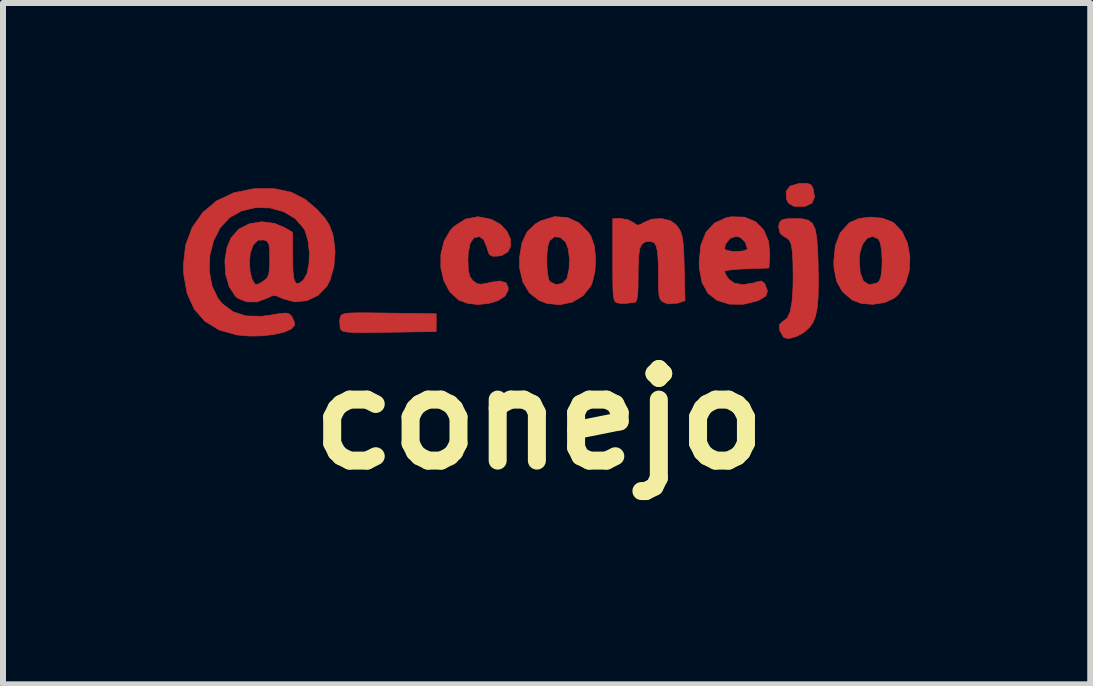
<source format=kicad_pcb>
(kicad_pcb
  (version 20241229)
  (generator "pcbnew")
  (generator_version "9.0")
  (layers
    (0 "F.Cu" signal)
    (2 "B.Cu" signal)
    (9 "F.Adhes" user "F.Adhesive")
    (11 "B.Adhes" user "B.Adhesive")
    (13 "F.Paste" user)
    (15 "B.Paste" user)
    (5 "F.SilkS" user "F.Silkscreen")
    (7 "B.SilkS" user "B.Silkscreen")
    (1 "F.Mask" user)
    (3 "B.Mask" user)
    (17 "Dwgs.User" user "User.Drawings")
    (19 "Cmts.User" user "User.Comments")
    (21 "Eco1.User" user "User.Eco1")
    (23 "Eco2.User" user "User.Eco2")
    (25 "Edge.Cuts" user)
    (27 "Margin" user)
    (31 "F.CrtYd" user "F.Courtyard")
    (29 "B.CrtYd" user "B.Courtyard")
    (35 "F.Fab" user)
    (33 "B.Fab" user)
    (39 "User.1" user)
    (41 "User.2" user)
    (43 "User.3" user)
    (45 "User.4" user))
  (footprint "conejo"
    (layer "F.Cu")
    (at 5.932 3.935)
    (property "Reference" "conejo" (at 0 0 0) (layer "F.SilkS") (effects (font (size 1.524 1.524) (thickness 0.3))))
    (attr through_hole)
    (fp_poly (pts (xy 4.533 -3.904) (xy 4.565 -3.848) (xy 4.591 -3.702) (xy 4.546 -3.6) (xy 4.435 -3.547) (xy 4.262 -3.546) (xy 4.244 -3.548) (xy 4.155 -3.6) (xy 4.121 -3.671) (xy 4.117 -3.8) (xy 4.182 -3.884) (xy 4.32 -3.925) (xy 4.355 -3.929) (xy 4.471 -3.93) (xy 4.533 -3.904)) (stroke (width 0.01) (type solid)) (fill yes) (layer "F.Cu"))
    (fp_poly (pts (xy -2.826 -1.772) (xy -2.566 -1.769) (xy -2.503 -1.768) (xy -1.714 -1.757) (xy -1.714 -1.46) (xy -2.503 -1.449) (xy -2.78 -1.445) (xy -2.983 -1.444) (xy -3.125 -1.447) (xy -3.217 -1.455) (xy -3.271 -1.468) (xy -3.299 -1.488) (xy -3.312 -1.516) (xy -3.314 -1.523) (xy -3.322 -1.638) (xy -3.314 -1.694) (xy -3.303 -1.724) (xy -3.279 -1.746) (xy -3.231 -1.761) (xy -3.147 -1.769) (xy -3.016 -1.773) (xy -2.826 -1.772)) (stroke (width 0.01) (type solid)) (fill yes) (layer "F.Cu"))
    (fp_poly (pts (xy 4.387 -3.339) (xy 4.487 -3.315) (xy 4.556 -3.261) (xy 4.601 -3.165) (xy 4.628 -3.017) (xy 4.643 -2.804) (xy 4.65 -2.59) (xy 4.654 -2.277) (xy 4.65 -2.036) (xy 4.634 -1.853) (xy 4.606 -1.716) (xy 4.564 -1.612) (xy 4.509 -1.532) (xy 4.408 -1.443) (xy 4.287 -1.378) (xy 4.172 -1.345) (xy 4.087 -1.356) (xy 4.071 -1.37) (xy 4.009 -1.481) (xy 4.004 -1.574) (xy 4.058 -1.628) (xy 4.059 -1.628) (xy 4.131 -1.68) (xy 4.183 -1.787) (xy 4.215 -1.958) (xy 4.231 -2.2) (xy 4.233 -2.366) (xy 4.23 -2.615) (xy 4.22 -2.791) (xy 4.202 -2.909) (xy 4.171 -2.981) (xy 4.127 -3.019) (xy 4.106 -3.027) (xy 4.019 -3.093) (xy 3.991 -3.203) (xy 4.002 -3.266) (xy 4.034 -3.313) (xy 4.105 -3.337) (xy 4.237 -3.344) (xy 4.251 -3.344) (xy 4.387 -3.339)) (stroke (width 0.01) (type solid)) (fill yes) (layer "F.Cu"))
    (fp_poly (pts (xy 0.473 -3.361) (xy 0.667 -3.27) (xy 0.827 -3.106) (xy 0.863 -3.052) (xy 0.92 -2.891) (xy 0.943 -2.686) (xy 0.932 -2.47) (xy 0.887 -2.278) (xy 0.86 -2.218) (xy 0.733 -2.057) (xy 0.556 -1.952) (xy 0.349 -1.907) (xy 0.133 -1.929) (xy 0 -1.979) (xy -0.161 -2.105) (xy -0.271 -2.29) (xy -0.325 -2.522) (xy -0.325 -2.577) (xy 0.129 -2.577) (xy 0.139 -2.432) (xy 0.161 -2.326) (xy 0.178 -2.294) (xy 0.278 -2.244) (xy 0.383 -2.26) (xy 0.46 -2.337) (xy 0.467 -2.352) (xy 0.5 -2.499) (xy 0.506 -2.671) (xy 0.487 -2.833) (xy 0.445 -2.949) (xy 0.442 -2.954) (xy 0.352 -3.031) (xy 0.256 -3.04) (xy 0.177 -2.977) (xy 0.171 -2.966) (xy 0.144 -2.873) (xy 0.13 -2.734) (xy 0.129 -2.577) (xy -0.325 -2.577) (xy -0.326 -2.694) (xy -0.285 -2.939) (xy -0.199 -3.122) (xy -0.059 -3.256) (xy 0.034 -3.308) (xy 0.257 -3.375) (xy 0.473 -3.361)) (stroke (width 0.01) (type solid)) (fill yes) (layer "F.Cu"))
    (fp_poly (pts (xy 5.717 -3.35) (xy 5.884 -3.288) (xy 5.912 -3.27) (xy 6.051 -3.123) (xy 6.14 -2.928) (xy 6.179 -2.706) (xy 6.168 -2.478) (xy 6.107 -2.266) (xy 5.996 -2.089) (xy 5.918 -2.017) (xy 5.758 -1.944) (xy 5.563 -1.914) (xy 5.368 -1.929) (xy 5.217 -1.987) (xy 5.057 -2.123) (xy 4.958 -2.296) (xy 4.914 -2.521) (xy 4.911 -2.625) (xy 4.912 -2.638) (xy 5.335 -2.638) (xy 5.352 -2.435) (xy 5.404 -2.303) (xy 5.49 -2.246) (xy 5.515 -2.244) (xy 5.615 -2.264) (xy 5.664 -2.294) (xy 5.695 -2.369) (xy 5.712 -2.497) (xy 5.716 -2.653) (xy 5.708 -2.807) (xy 5.687 -2.934) (xy 5.654 -3.004) (xy 5.654 -3.004) (xy 5.555 -3.046) (xy 5.465 -3.014) (xy 5.392 -2.918) (xy 5.346 -2.771) (xy 5.335 -2.638) (xy 4.912 -2.638) (xy 4.937 -2.894) (xy 5.017 -3.103) (xy 5.156 -3.26) (xy 5.177 -3.277) (xy 5.33 -3.344) (xy 5.521 -3.368) (xy 5.717 -3.35)) (stroke (width 0.01) (type solid)) (fill yes) (layer "F.Cu"))
    (fp_poly (pts (xy -0.795 -3.33) (xy -0.787 -3.327) (xy -0.639 -3.243) (xy -0.536 -3.131) (xy -0.479 -3.008) (xy -0.472 -2.889) (xy -0.518 -2.79) (xy -0.619 -2.729) (xy -0.681 -2.718) (xy -0.78 -2.716) (xy -0.831 -2.748) (xy -0.863 -2.837) (xy -0.87 -2.866) (xy -0.924 -2.994) (xy -0.992 -3.042) (xy -1.087 -3.023) (xy -1.15 -2.927) (xy -1.182 -2.754) (xy -1.185 -2.644) (xy -1.179 -2.485) (xy -1.156 -2.384) (xy -1.11 -2.316) (xy -1.099 -2.305) (xy -1.036 -2.26) (xy -0.967 -2.248) (xy -0.859 -2.268) (xy -0.819 -2.279) (xy -0.654 -2.304) (xy -0.552 -2.274) (xy -0.514 -2.191) (xy -0.517 -2.146) (xy -0.57 -2.05) (xy -0.686 -1.976) (xy -0.841 -1.929) (xy -1.016 -1.911) (xy -1.188 -1.929) (xy -1.337 -1.985) (xy -1.342 -1.988) (xy -1.489 -2.124) (xy -1.587 -2.31) (xy -1.637 -2.526) (xy -1.636 -2.751) (xy -1.583 -2.966) (xy -1.478 -3.149) (xy -1.415 -3.214) (xy -1.223 -3.336) (xy -1.017 -3.374) (xy -0.795 -3.33)) (stroke (width 0.01) (type solid)) (fill yes) (layer "F.Cu"))
    (fp_poly (pts (xy 3.424 -3.367) (xy 3.609 -3.29) (xy 3.745 -3.151) (xy 3.826 -2.959) (xy 3.843 -2.752) (xy 3.831 -2.519) (xy 3.461 -2.507) (xy 3.296 -2.498) (xy 3.168 -2.485) (xy 3.098 -2.47) (xy 3.09 -2.463) (xy 3.112 -2.408) (xy 3.156 -2.338) (xy 3.255 -2.266) (xy 3.402 -2.242) (xy 3.574 -2.27) (xy 3.616 -2.285) (xy 3.703 -2.304) (xy 3.754 -2.267) (xy 3.767 -2.245) (xy 3.806 -2.134) (xy 3.777 -2.053) (xy 3.673 -1.987) (xy 3.64 -1.973) (xy 3.407 -1.915) (xy 3.172 -1.917) (xy 2.967 -1.979) (xy 2.967 -1.979) (xy 2.814 -2.099) (xy 2.716 -2.275) (xy 2.671 -2.514) (xy 2.667 -2.624) (xy 2.69 -2.839) (xy 3.09 -2.839) (xy 3.128 -2.812) (xy 3.226 -2.796) (xy 3.281 -2.794) (xy 3.396 -2.803) (xy 3.463 -2.826) (xy 3.471 -2.839) (xy 3.437 -2.95) (xy 3.354 -3.029) (xy 3.281 -3.048) (xy 3.18 -3.011) (xy 3.108 -2.919) (xy 3.09 -2.839) (xy 2.69 -2.839) (xy 2.696 -2.9) (xy 2.781 -3.115) (xy 2.922 -3.268) (xy 3.117 -3.357) (xy 3.201 -3.373) (xy 3.424 -3.367)) (stroke (width 0.01) (type solid)) (fill yes) (layer "F.Cu"))
    (fp_poly (pts (xy 1.482 -3.323) (xy 1.571 -3.277) (xy 1.633 -3.233) (xy 1.69 -3.243) (xy 1.742 -3.277) (xy 1.881 -3.334) (xy 2.042 -3.343) (xy 2.19 -3.307) (xy 2.274 -3.249) (xy 2.325 -3.186) (xy 2.362 -3.119) (xy 2.387 -3.031) (xy 2.403 -2.907) (xy 2.413 -2.73) (xy 2.42 -2.485) (xy 2.42 -2.48) (xy 2.432 -1.975) (xy 2.313 -1.935) (xy 2.156 -1.921) (xy 2.091 -1.942) (xy 2.044 -1.968) (xy 2.014 -2.008) (xy 1.997 -2.078) (xy 1.991 -2.197) (xy 1.989 -2.38) (xy 1.986 -2.617) (xy 1.975 -2.781) (xy 1.953 -2.886) (xy 1.917 -2.942) (xy 1.865 -2.962) (xy 1.845 -2.963) (xy 1.765 -2.953) (xy 1.711 -2.915) (xy 1.676 -2.835) (xy 1.658 -2.7) (xy 1.651 -2.499) (xy 1.651 -2.405) (xy 1.649 -2.196) (xy 1.641 -2.059) (xy 1.627 -1.982) (xy 1.604 -1.95) (xy 1.591 -1.947) (xy 1.494 -1.937) (xy 1.475 -1.932) (xy 1.389 -1.927) (xy 1.323 -1.935) (xy 1.288 -1.944) (xy 1.262 -1.965) (xy 1.246 -2.008) (xy 1.235 -2.088) (xy 1.23 -2.216) (xy 1.228 -2.405) (xy 1.228 -2.649) (xy 1.228 -3.344) (xy 1.362 -3.344) (xy 1.482 -3.323)) (stroke (width 0.01) (type solid)) (fill yes) (layer "F.Cu"))
    (fp_poly (pts (xy -4.399 -3.84) (xy -4.13 -3.782) (xy -3.897 -3.664) (xy -3.698 -3.494) (xy -3.571 -3.353) (xy -3.492 -3.231) (xy -3.442 -3.096) (xy -3.425 -3.027) (xy -3.399 -2.788) (xy -3.419 -2.541) (xy -3.481 -2.321) (xy -3.536 -2.215) (xy -3.682 -2.064) (xy -3.867 -1.976) (xy -4.072 -1.955) (xy -4.272 -2.009) (xy -4.285 -2.016) (xy -4.382 -2.058) (xy -4.453 -2.056) (xy -4.533 -2.016) (xy -4.702 -1.954) (xy -4.875 -1.956) (xy -5.023 -2.018) (xy -5.058 -2.048) (xy -5.163 -2.208) (xy -5.223 -2.415) (xy -5.234 -2.617) (xy -4.826 -2.617) (xy -4.814 -2.454) (xy -4.78 -2.326) (xy -4.733 -2.253) (xy -4.707 -2.244) (xy -4.652 -2.266) (xy -4.581 -2.31) (xy -4.531 -2.356) (xy -4.502 -2.422) (xy -4.49 -2.53) (xy -4.487 -2.667) (xy -4.49 -2.822) (xy -4.502 -2.914) (xy -4.529 -2.962) (xy -4.577 -2.986) (xy -4.58 -2.987) (xy -4.682 -2.983) (xy -4.762 -2.906) (xy -4.812 -2.768) (xy -4.826 -2.617) (xy -5.234 -2.617) (xy -5.235 -2.643) (xy -5.198 -2.866) (xy -5.131 -3.023) (xy -5.003 -3.167) (xy -4.826 -3.257) (xy -4.62 -3.29) (xy -4.406 -3.263) (xy -4.232 -3.189) (xy -4.106 -3.114) (xy -4.106 -2.703) (xy -4.102 -2.482) (xy -4.085 -2.339) (xy -4.054 -2.268) (xy -4.005 -2.261) (xy -3.935 -2.312) (xy -3.924 -2.323) (xy -3.865 -2.43) (xy -3.833 -2.591) (xy -3.827 -2.779) (xy -3.848 -2.967) (xy -3.895 -3.129) (xy -3.917 -3.174) (xy -4.062 -3.342) (xy -4.258 -3.459) (xy -4.485 -3.521) (xy -4.724 -3.526) (xy -4.958 -3.47) (xy -5.154 -3.361) (xy -5.313 -3.19) (xy -5.424 -2.972) (xy -5.486 -2.726) (xy -5.495 -2.472) (xy -5.452 -2.229) (xy -5.353 -2.017) (xy -5.275 -1.922) (xy -5.095 -1.789) (xy -4.882 -1.721) (xy -4.625 -1.715) (xy -4.469 -1.736) (xy -4.314 -1.762) (xy -4.219 -1.769) (xy -4.164 -1.755) (xy -4.126 -1.72) (xy -4.119 -1.71) (xy -4.078 -1.621) (xy -4.074 -1.567) (xy -4.126 -1.505) (xy -4.244 -1.453) (xy -4.411 -1.413) (xy -4.609 -1.39) (xy -4.819 -1.385) (xy -5.024 -1.403) (xy -5.035 -1.404) (xy -5.33 -1.487) (xy -5.567 -1.631) (xy -5.746 -1.835) (xy -5.864 -2.098) (xy -5.921 -2.417) (xy -5.927 -2.566) (xy -5.889 -2.9) (xy -5.779 -3.195) (xy -5.604 -3.444) (xy -5.372 -3.639) (xy -5.087 -3.773) (xy -4.758 -3.84) (xy -4.721 -3.843) (xy -4.399 -3.84)) (stroke (width 0.01) (type solid)) (fill yes) (layer "F.Cu")))
  (gr_rect
    (start -3 -3)
    (end 15.116 8.353)
    (stroke (width 0.1) (type default))
    (fill no)
    (layer "Edge.Cuts")))
</source>
